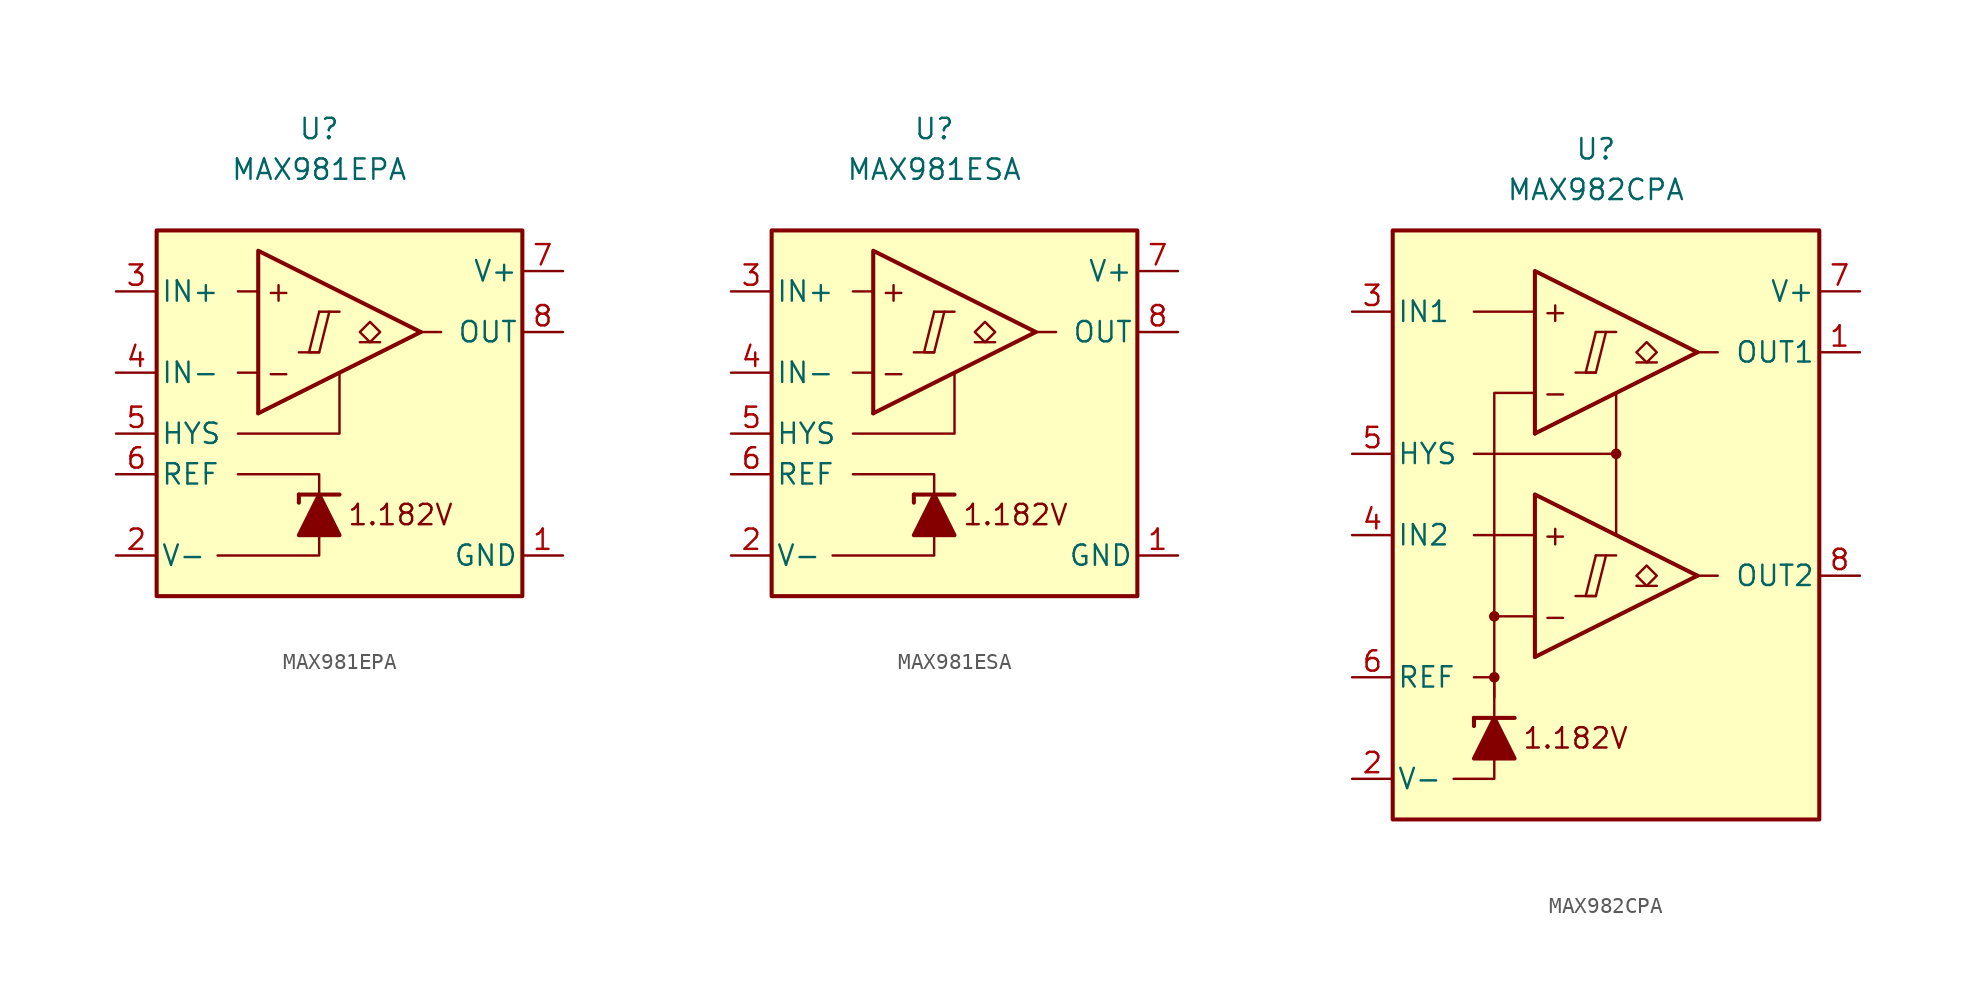
<source format=kicad_sym>
(kicad_symbol_lib
  (version 20211014)
  (generator kicad_symbol_editor)
  (symbol "MAX981EPA"
    (pin_names
      (offset 0.254))
    (property "Reference" "U"
      (at 0 16.51 0)
      (effects (font (size 1.27 1.27))))
    (property "Value" "MAX981EPA"
      (at 0 13.97 0)
      (effects (font (size 1.27 1.27))))
    (symbol "MAX981EPA_0_0"
      (polyline (pts (xy -1.27 2.54) (xy 0 2.54)) (stroke (width 0.152) (type default) (color 0 0 0 0)) (fill (type none)))
      (polyline (pts (xy 0 5.08) (xy 1.27 5.08)) (stroke (width 0.152) (type default) (color 0 0 0 0)) (fill (type none)))
      (polyline (pts (xy 6.35 3.81) (xy -3.81 -1.27)) (stroke (width 0.254) (type default) (color 0 0 0 0)) (fill (type none)))
      (polyline (pts (xy 6.35 3.81) (xy -3.81 8.89) (xy -3.81 -1.27)) (stroke (width 0.254) (type default) (color 0 0 0 0)) (fill (type background)))
      (polyline (pts (xy 0 5.08) (xy -0.635 2.54) (xy 0 2.54) (xy 0.635 5.08)) (stroke (width 0.152) (type default) (color 0 0 0 0)) (fill (type none)))
      (text "+" (at -2.54 6.35 0) (effects (font (size 1.27 1.27))))
      (text "-" (at -2.54 1.27 0) (effects (font (size 1.27 1.27))))
      (text "1.182V" (at 5.08 -7.62 0) (effects (font (size 1.27 1.27)))))
    (symbol "MAX981EPA_0_1"
      (polyline (pts (xy -3.81 1.27) (xy -5.08 1.27)) (stroke (width 0) (type default) (color 0 0 0 0)) (fill (type none)))
      (polyline (pts (xy -3.81 6.35) (xy -5.08 6.35)) (stroke (width 0) (type default) (color 0 0 0 0)) (fill (type none)))
      (polyline (pts (xy -1.27 -6.35) (xy -1.27 -6.858)) (stroke (width 0.254) (type default) (color 0 0 0 0)) (fill (type none)))
      (polyline (pts (xy -1.27 -6.35) (xy 1.27 -6.35)) (stroke (width 0.254) (type default) (color 0 0 0 0)) (fill (type none)))
      (polyline (pts (xy 6.35 3.81) (xy 7.62 3.81)) (stroke (width 0) (type default) (color 0 0 0 0)) (fill (type none)))
      (polyline (pts (xy 0 -8.89) (xy 0 -10.16) (xy -6.35 -10.16)) (stroke (width 0) (type default) (color 0 0 0 0)) (fill (type none)))
      (polyline (pts (xy 0 -6.35) (xy 0 -5.08) (xy -5.08 -5.08)) (stroke (width 0) (type default) (color 0 0 0 0)) (fill (type none)))
      (polyline (pts (xy 1.27 1.27) (xy 1.27 -2.54) (xy -5.08 -2.54)) (stroke (width 0) (type default) (color 0 0 0 0)) (fill (type none)))
      (polyline (pts (xy 1.27 -8.89) (xy -1.27 -8.89) (xy 0 -6.35) (xy 1.27 -8.89)) (stroke (width 0.254) (type default) (color 0 0 0 0)) (fill (type outline)))
      (rectangle (start 12.7 10.16) (end -10.16 -12.7) (stroke (width 0.254) (type default) (color 0 0 0 0)) (fill (type background))))
    (symbol "MAX981EPA_1_1"
      (polyline (pts (xy 3.81 3.175) (xy 2.54 3.175)) (stroke (width 0.152) (type default) (color 0 0 0 0)) (fill (type none)))
      (polyline (pts (xy 3.175 3.175) (xy 2.54 3.81) (xy 3.175 4.445) (xy 3.81 3.81) (xy 3.175 3.175)) (stroke (width 0.152) (type default) (color 0 0 0 0)) (fill (type none)))
      (pin power_in line (at 15.24 -10.16 180) (length 2.54) (name "GND" (effects (font (size 1.27 1.27)))) (number "1" (effects (font (size 1.27 1.27)))))
      (pin power_in line (at -12.7 -10.16 0) (length 2.54) (name "V-" (effects (font (size 1.27 1.27)))) (number "2" (effects (font (size 1.27 1.27)))))
      (pin input line (at -12.7 6.35 0) (length 2.54) (name "IN+" (effects (font (size 1.27 1.27)))) (number "3" (effects (font (size 1.27 1.27)))))
      (pin input line (at -12.7 1.27 0) (length 2.54) (name "IN-" (effects (font (size 1.27 1.27)))) (number "4" (effects (font (size 1.27 1.27)))))
      (pin input line (at -12.7 -2.54 0) (length 2.54) (name "HYS" (effects (font (size 1.27 1.27)))) (number "5" (effects (font (size 1.27 1.27)))))
      (pin output line (at -12.7 -5.08 0) (length 2.54) (name "REF" (effects (font (size 1.27 1.27)))) (number "6" (effects (font (size 1.27 1.27)))))
      (pin power_in line (at 15.24 7.62 180) (length 2.54) (name "V+" (effects (font (size 1.27 1.27)))) (number "7" (effects (font (size 1.27 1.27)))))
      (pin open_collector line (at 15.24 3.81 180) (length 2.54) (name "OUT" (effects (font (size 1.27 1.27)))) (number "8" (effects (font (size 1.27 1.27)))))))
  (symbol "MAX981ESA"
    (pin_names
      (offset 0.254))
    (property "Reference" "U"
      (at 0 16.51 0)
      (effects (font (size 1.27 1.27))))
    (property "Value" "MAX981ESA"
      (at 0 13.97 0)
      (effects (font (size 1.27 1.27))))
    (symbol "MAX981ESA_0_0"
      (polyline (pts (xy -1.27 2.54) (xy 0 2.54)) (stroke (width 0.152) (type default) (color 0 0 0 0)) (fill (type none)))
      (polyline (pts (xy 0 5.08) (xy 1.27 5.08)) (stroke (width 0.152) (type default) (color 0 0 0 0)) (fill (type none)))
      (polyline (pts (xy 6.35 3.81) (xy -3.81 -1.27)) (stroke (width 0.254) (type default) (color 0 0 0 0)) (fill (type none)))
      (polyline (pts (xy 6.35 3.81) (xy -3.81 8.89) (xy -3.81 -1.27)) (stroke (width 0.254) (type default) (color 0 0 0 0)) (fill (type background)))
      (polyline (pts (xy 0 5.08) (xy -0.635 2.54) (xy 0 2.54) (xy 0.635 5.08)) (stroke (width 0.152) (type default) (color 0 0 0 0)) (fill (type none)))
      (text "+" (at -2.54 6.35 0) (effects (font (size 1.27 1.27))))
      (text "-" (at -2.54 1.27 0) (effects (font (size 1.27 1.27))))
      (text "1.182V" (at 5.08 -7.62 0) (effects (font (size 1.27 1.27)))))
    (symbol "MAX981ESA_0_1"
      (polyline (pts (xy -3.81 1.27) (xy -5.08 1.27)) (stroke (width 0) (type default) (color 0 0 0 0)) (fill (type none)))
      (polyline (pts (xy -3.81 6.35) (xy -5.08 6.35)) (stroke (width 0) (type default) (color 0 0 0 0)) (fill (type none)))
      (polyline (pts (xy -1.27 -6.35) (xy -1.27 -6.858)) (stroke (width 0.254) (type default) (color 0 0 0 0)) (fill (type none)))
      (polyline (pts (xy -1.27 -6.35) (xy 1.27 -6.35)) (stroke (width 0.254) (type default) (color 0 0 0 0)) (fill (type none)))
      (polyline (pts (xy 6.35 3.81) (xy 7.62 3.81)) (stroke (width 0) (type default) (color 0 0 0 0)) (fill (type none)))
      (polyline (pts (xy 0 -8.89) (xy 0 -10.16) (xy -6.35 -10.16)) (stroke (width 0) (type default) (color 0 0 0 0)) (fill (type none)))
      (polyline (pts (xy 0 -6.35) (xy 0 -5.08) (xy -5.08 -5.08)) (stroke (width 0) (type default) (color 0 0 0 0)) (fill (type none)))
      (polyline (pts (xy 1.27 1.27) (xy 1.27 -2.54) (xy -5.08 -2.54)) (stroke (width 0) (type default) (color 0 0 0 0)) (fill (type none)))
      (polyline (pts (xy 1.27 -8.89) (xy -1.27 -8.89) (xy 0 -6.35) (xy 1.27 -8.89)) (stroke (width 0.254) (type default) (color 0 0 0 0)) (fill (type outline)))
      (rectangle (start 12.7 10.16) (end -10.16 -12.7) (stroke (width 0.254) (type default) (color 0 0 0 0)) (fill (type background))))
    (symbol "MAX981ESA_1_1"
      (polyline (pts (xy 3.81 3.175) (xy 2.54 3.175)) (stroke (width 0.152) (type default) (color 0 0 0 0)) (fill (type none)))
      (polyline (pts (xy 3.175 3.175) (xy 2.54 3.81) (xy 3.175 4.445) (xy 3.81 3.81) (xy 3.175 3.175)) (stroke (width 0.152) (type default) (color 0 0 0 0)) (fill (type none)))
      (pin power_in line (at 15.24 -10.16 180) (length 2.54) (name "GND" (effects (font (size 1.27 1.27)))) (number "1" (effects (font (size 1.27 1.27)))))
      (pin power_in line (at -12.7 -10.16 0) (length 2.54) (name "V-" (effects (font (size 1.27 1.27)))) (number "2" (effects (font (size 1.27 1.27)))))
      (pin input line (at -12.7 6.35 0) (length 2.54) (name "IN+" (effects (font (size 1.27 1.27)))) (number "3" (effects (font (size 1.27 1.27)))))
      (pin input line (at -12.7 1.27 0) (length 2.54) (name "IN-" (effects (font (size 1.27 1.27)))) (number "4" (effects (font (size 1.27 1.27)))))
      (pin input line (at -12.7 -2.54 0) (length 2.54) (name "HYS" (effects (font (size 1.27 1.27)))) (number "5" (effects (font (size 1.27 1.27)))))
      (pin output line (at -12.7 -5.08 0) (length 2.54) (name "REF" (effects (font (size 1.27 1.27)))) (number "6" (effects (font (size 1.27 1.27)))))
      (pin power_in line (at 15.24 7.62 180) (length 2.54) (name "V+" (effects (font (size 1.27 1.27)))) (number "7" (effects (font (size 1.27 1.27)))))
      (pin open_collector line (at 15.24 3.81 180) (length 2.54) (name "OUT" (effects (font (size 1.27 1.27)))) (number "8" (effects (font (size 1.27 1.27)))))))
  (symbol "MAX982CPA"
    (pin_names
      (offset 0.254))
    (property "Reference" "U"
      (at -1.27 22.86 0)
      (effects (font (size 1.27 1.27))))
    (property "Value" "MAX982CPA"
      (at -1.27 20.32 0)
      (effects (font (size 1.27 1.27))))
    (symbol "MAX982CPA_0_0"
      (rectangle (start -13.97 17.78) (end 12.7 -19.05) (stroke (width 0.254) (type default) (color 0 0 0 0)) (fill (type background)))
      (circle (center -7.62 -10.16) (radius 0.254) (stroke (width 0.152) (type default) (color 0 0 0 0)) (fill (type outline)))
      (circle (center -7.62 -6.35) (radius 0.254) (stroke (width 0.152) (type default) (color 0 0 0 0)) (fill (type outline)))
      (polyline (pts (xy -2.54 -5.08) (xy -1.27 -5.08)) (stroke (width 0.152) (type default) (color 0 0 0 0)) (fill (type none)))
      (polyline (pts (xy -2.54 8.89) (xy -1.27 8.89)) (stroke (width 0.152) (type default) (color 0 0 0 0)) (fill (type none)))
      (polyline (pts (xy -1.27 -2.54) (xy 0 -2.54)) (stroke (width 0.152) (type default) (color 0 0 0 0)) (fill (type none)))
      (polyline (pts (xy -1.27 11.43) (xy 0 11.43)) (stroke (width 0.152) (type default) (color 0 0 0 0)) (fill (type none)))
      (polyline (pts (xy 5.08 -3.81) (xy -5.08 -8.89)) (stroke (width 0.254) (type default) (color 0 0 0 0)) (fill (type none)))
      (polyline (pts (xy 5.08 10.16) (xy -5.08 5.08)) (stroke (width 0.254) (type default) (color 0 0 0 0)) (fill (type none)))
      (polyline (pts (xy 5.08 -3.81) (xy -5.08 1.27) (xy -5.08 -8.89)) (stroke (width 0.254) (type default) (color 0 0 0 0)) (fill (type background)))
      (polyline (pts (xy 5.08 10.16) (xy -5.08 15.24) (xy -5.08 5.08)) (stroke (width 0.254) (type default) (color 0 0 0 0)) (fill (type background)))
      (polyline (pts (xy -1.27 -2.54) (xy -1.905 -5.08) (xy -1.27 -5.08) (xy -0.635 -2.54)) (stroke (width 0.152) (type default) (color 0 0 0 0)) (fill (type none)))
      (polyline (pts (xy -1.27 11.43) (xy -1.905 8.89) (xy -1.27 8.89) (xy -0.635 11.43)) (stroke (width 0.152) (type default) (color 0 0 0 0)) (fill (type none)))
      (circle (center 0 3.81) (radius 0.254) (stroke (width 0.152) (type default) (color 0 0 0 0)) (fill (type outline)))
      (text "+" (at -3.81 -1.27 0) (effects (font (size 1.27 1.27))))
      (text "+" (at -3.81 12.7 0) (effects (font (size 1.27 1.27))))
      (text "-" (at -3.81 -6.35 0) (effects (font (size 1.27 1.27))))
      (text "-" (at -3.81 7.62 0) (effects (font (size 1.27 1.27))))
      (text "1.182V" (at -2.54 -13.97 0) (effects (font (size 1.27 1.27)))))
    (symbol "MAX982CPA_0_1"
      (polyline (pts (xy -8.89 -12.7) (xy -8.89 -13.208)) (stroke (width 0.254) (type default) (color 0 0 0 0)) (fill (type none)))
      (polyline (pts (xy -8.89 -12.7) (xy -6.35 -12.7)) (stroke (width 0.254) (type default) (color 0 0 0 0)) (fill (type none)))
      (polyline (pts (xy -5.08 -1.27) (xy -8.89 -1.27)) (stroke (width 0) (type default) (color 0 0 0 0)) (fill (type none)))
      (polyline (pts (xy -5.08 12.7) (xy -8.89 12.7)) (stroke (width 0) (type default) (color 0 0 0 0)) (fill (type none)))
      (polyline (pts (xy 0 3.81) (xy 0 -1.27)) (stroke (width 0) (type default) (color 0 0 0 0)) (fill (type none)))
      (polyline (pts (xy 5.08 -3.81) (xy 6.35 -3.81)) (stroke (width 0) (type default) (color 0 0 0 0)) (fill (type none)))
      (polyline (pts (xy 5.08 10.16) (xy 6.35 10.16)) (stroke (width 0) (type default) (color 0 0 0 0)) (fill (type none)))
      (polyline (pts (xy -7.62 -15.24) (xy -7.62 -16.51) (xy -10.16 -16.51)) (stroke (width 0) (type default) (color 0 0 0 0)) (fill (type none)))
      (polyline (pts (xy -7.62 -12.7) (xy -7.62 -10.16) (xy -8.89 -10.16)) (stroke (width 0) (type default) (color 0 0 0 0)) (fill (type none)))
      (polyline (pts (xy -7.62 -11.43) (xy -7.62 -6.35) (xy -5.08 -6.35)) (stroke (width 0) (type default) (color 0 0 0 0)) (fill (type none)))
      (polyline (pts (xy -7.62 -6.35) (xy -7.62 7.62) (xy -5.08 7.62)) (stroke (width 0) (type default) (color 0 0 0 0)) (fill (type none)))
      (polyline (pts (xy 0 7.62) (xy 0 3.81) (xy -8.89 3.81)) (stroke (width 0) (type default) (color 0 0 0 0)) (fill (type none)))
      (polyline (pts (xy -6.35 -15.24) (xy -8.89 -15.24) (xy -7.62 -12.7) (xy -6.35 -15.24)) (stroke (width 0.254) (type default) (color 0 0 0 0)) (fill (type outline))))
    (symbol "MAX982CPA_1_1"
      (polyline (pts (xy 2.54 -4.445) (xy 1.27 -4.445)) (stroke (width 0.152) (type default) (color 0 0 0 0)) (fill (type none)))
      (polyline (pts (xy 2.54 9.525) (xy 1.27 9.525)) (stroke (width 0.152) (type default) (color 0 0 0 0)) (fill (type none)))
      (polyline (pts (xy 1.905 -4.445) (xy 1.27 -3.81) (xy 1.905 -3.175) (xy 2.54 -3.81) (xy 1.905 -4.445)) (stroke (width 0.152) (type default) (color 0 0 0 0)) (fill (type none)))
      (polyline (pts (xy 1.905 9.525) (xy 1.27 10.16) (xy 1.905 10.795) (xy 2.54 10.16) (xy 1.905 9.525)) (stroke (width 0.152) (type default) (color 0 0 0 0)) (fill (type none)))
      (pin output line (at 15.24 10.16 180) (length 2.54) (name "OUT1" (effects (font (size 1.27 1.27)))) (number "1" (effects (font (size 1.27 1.27)))))
      (pin power_in line (at -16.51 -16.51 0) (length 2.54) (name "V-" (effects (font (size 1.27 1.27)))) (number "2" (effects (font (size 1.27 1.27)))))
      (pin input line (at -16.51 12.7 0) (length 2.54) (name "IN1" (effects (font (size 1.27 1.27)))) (number "3" (effects (font (size 1.27 1.27)))))
      (pin input line (at -16.51 -1.27 0) (length 2.54) (name "IN2" (effects (font (size 1.27 1.27)))) (number "4" (effects (font (size 1.27 1.27)))))
      (pin input line (at -16.51 3.81 0) (length 2.54) (name "HYS" (effects (font (size 1.27 1.27)))) (number "5" (effects (font (size 1.27 1.27)))))
      (pin output line (at -16.51 -10.16 0) (length 2.54) (name "REF" (effects (font (size 1.27 1.27)))) (number "6" (effects (font (size 1.27 1.27)))))
      (pin power_in line (at 15.24 13.97 180) (length 2.54) (name "V+" (effects (font (size 1.27 1.27)))) (number "7" (effects (font (size 1.27 1.27)))))
      (pin output line (at 15.24 -3.81 180) (length 2.54) (name "OUT2" (effects (font (size 1.27 1.27)))) (number "8" (effects (font (size 1.27 1.27))))))))
</source>
